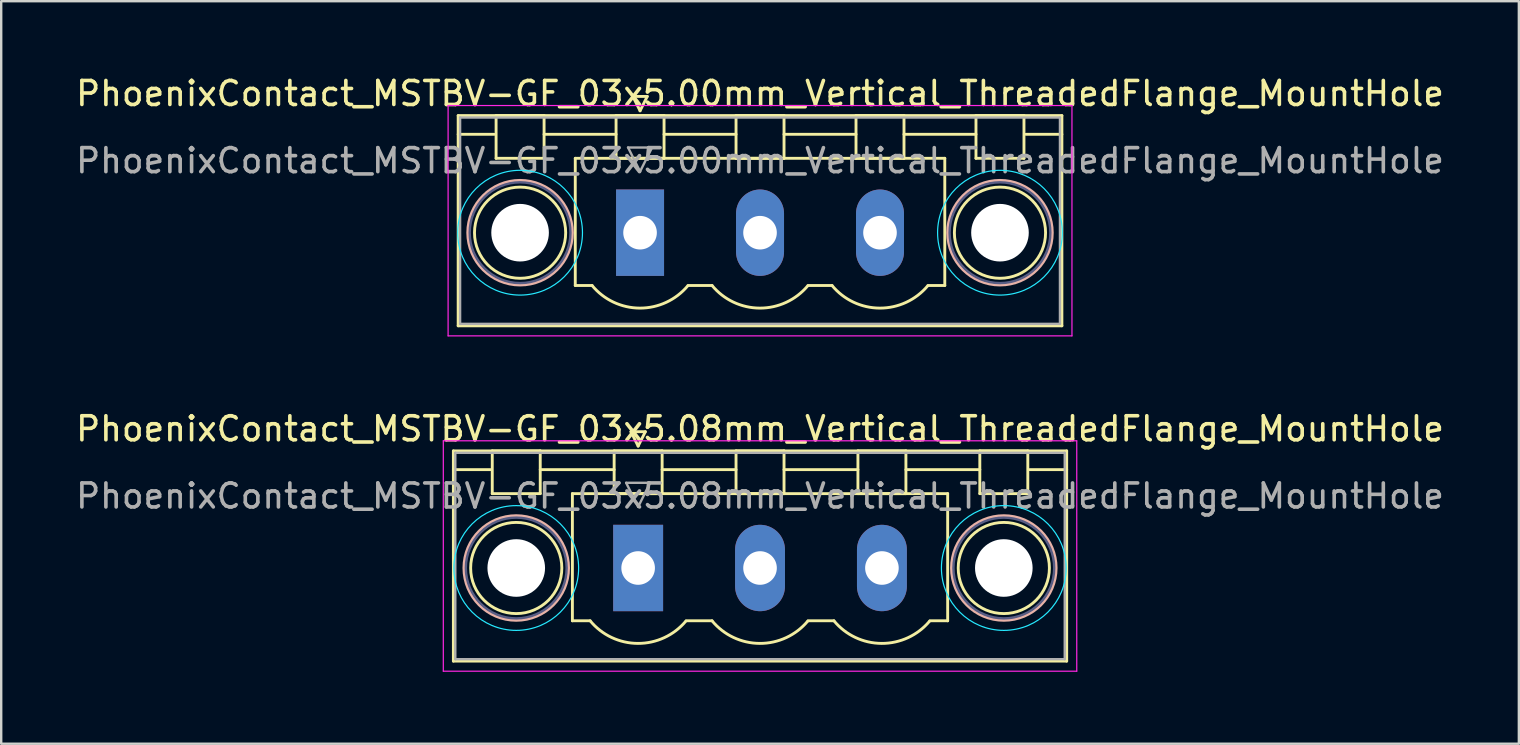
<source format=kicad_pcb>
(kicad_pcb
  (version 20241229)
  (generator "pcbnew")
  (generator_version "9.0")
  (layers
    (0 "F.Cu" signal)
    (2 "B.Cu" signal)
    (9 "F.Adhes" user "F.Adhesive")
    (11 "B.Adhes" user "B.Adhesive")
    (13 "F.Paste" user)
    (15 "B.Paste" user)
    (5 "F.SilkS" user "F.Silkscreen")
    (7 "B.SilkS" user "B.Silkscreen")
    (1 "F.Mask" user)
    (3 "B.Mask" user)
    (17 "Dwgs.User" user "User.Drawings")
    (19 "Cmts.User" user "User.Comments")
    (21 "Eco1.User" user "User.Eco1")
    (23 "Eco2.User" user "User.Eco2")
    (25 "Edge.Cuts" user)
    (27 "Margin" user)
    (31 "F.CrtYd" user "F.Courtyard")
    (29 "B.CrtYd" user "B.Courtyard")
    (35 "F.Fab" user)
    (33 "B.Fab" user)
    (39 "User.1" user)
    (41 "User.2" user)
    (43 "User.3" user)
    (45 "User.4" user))
  (footprint "PhoenixContact_MSTBV-GF_03x5.08mm_Vertical_ThreadedFlange_MountHole"
    (layer "F.Cu")
    (at 23.545 20.622)
    (property "Reference" "PhoenixContact_MSTBV-GF_03x5.08mm_Vertical_ThreadedFlange_MountHole" (at 5.08 -5.8 0) (layer "F.SilkS") (effects (font (size 1 1) (thickness 0.15))))
    (attr through_hole)
    (fp_line (start -7.7 -4.88) (end -7.7 3.88) (stroke (width 0.12) (type solid)) (layer "F.SilkS"))
    (fp_line (start -7.7 -4.1) (end -6.16 -4.1) (stroke (width 0.12) (type solid)) (layer "F.SilkS"))
    (fp_line (start -7.7 3.88) (end 17.86 3.88) (stroke (width 0.12) (type solid)) (layer "F.SilkS"))
    (fp_line (start -6.08 -4.88) (end -4.08 -4.88) (stroke (width 0.12) (type solid)) (layer "F.SilkS"))
    (fp_line (start -6.08 -3.1) (end -6.08 -4.88) (stroke (width 0.12) (type solid)) (layer "F.SilkS"))
    (fp_line (start -4.08 -4.88) (end -4.08 -3.1) (stroke (width 0.12) (type solid)) (layer "F.SilkS"))
    (fp_line (start -4.08 -4.1) (end -1 -4.1) (stroke (width 0.12) (type solid)) (layer "F.SilkS"))
    (fp_line (start -4.08 -3.1) (end -6.08 -3.1) (stroke (width 0.12) (type solid)) (layer "F.SilkS"))
    (fp_line (start -2.74 -3.1) (end 12.9 -3.1) (stroke (width 0.12) (type solid)) (layer "F.SilkS"))
    (fp_line (start -2.74 2.2) (end -2.74 -3.1) (stroke (width 0.12) (type solid)) (layer "F.SilkS"))
    (fp_line (start -2 2.2) (end -2.74 2.2) (stroke (width 0.12) (type solid)) (layer "F.SilkS"))
    (fp_line (start -1 -4.88) (end 1 -4.88) (stroke (width 0.12) (type solid)) (layer "F.SilkS"))
    (fp_line (start -1 -3.1) (end -1 -4.88) (stroke (width 0.12) (type solid)) (layer "F.SilkS"))
    (fp_line (start -0.3 -5.68) (end 0.3 -5.68) (stroke (width 0.12) (type solid)) (layer "F.SilkS"))
    (fp_line (start 0 -5.08) (end -0.3 -5.68) (stroke (width 0.12) (type solid)) (layer "F.SilkS"))
    (fp_line (start 0.3 -5.68) (end 0 -5.08) (stroke (width 0.12) (type solid)) (layer "F.SilkS"))
    (fp_line (start 1 -4.88) (end 1 -3.1) (stroke (width 0.12) (type solid)) (layer "F.SilkS"))
    (fp_line (start 1 -4.1) (end 4.08 -4.1) (stroke (width 0.12) (type solid)) (layer "F.SilkS"))
    (fp_line (start 1 -3.1) (end -1 -3.1) (stroke (width 0.12) (type solid)) (layer "F.SilkS"))
    (fp_line (start 2 2.2) (end 3.08 2.2) (stroke (width 0.12) (type solid)) (layer "F.SilkS"))
    (fp_line (start 4.08 -4.88) (end 6.08 -4.88) (stroke (width 0.12) (type solid)) (layer "F.SilkS"))
    (fp_line (start 4.08 -3.1) (end 4.08 -4.88) (stroke (width 0.12) (type solid)) (layer "F.SilkS"))
    (fp_line (start 6.08 -4.88) (end 6.08 -3.1) (stroke (width 0.12) (type solid)) (layer "F.SilkS"))
    (fp_line (start 6.08 -4.1) (end 9.16 -4.1) (stroke (width 0.12) (type solid)) (layer "F.SilkS"))
    (fp_line (start 6.08 -3.1) (end 4.08 -3.1) (stroke (width 0.12) (type solid)) (layer "F.SilkS"))
    (fp_line (start 7.08 2.2) (end 8.16 2.2) (stroke (width 0.12) (type solid)) (layer "F.SilkS"))
    (fp_line (start 9.16 -4.88) (end 11.16 -4.88) (stroke (width 0.12) (type solid)) (layer "F.SilkS"))
    (fp_line (start 9.16 -3.1) (end 9.16 -4.88) (stroke (width 0.12) (type solid)) (layer "F.SilkS"))
    (fp_line (start 11.16 -4.88) (end 11.16 -3.1) (stroke (width 0.12) (type solid)) (layer "F.SilkS"))
    (fp_line (start 11.16 -4.1) (end 14.24 -4.1) (stroke (width 0.12) (type solid)) (layer "F.SilkS"))
    (fp_line (start 11.16 -3.1) (end 9.16 -3.1) (stroke (width 0.12) (type solid)) (layer "F.SilkS"))
    (fp_line (start 12.9 -3.1) (end 12.9 2.2) (stroke (width 0.12) (type solid)) (layer "F.SilkS"))
    (fp_line (start 12.9 2.2) (end 12.16 2.2) (stroke (width 0.12) (type solid)) (layer "F.SilkS"))
    (fp_line (start 14.24 -4.88) (end 16.24 -4.88) (stroke (width 0.12) (type solid)) (layer "F.SilkS"))
    (fp_line (start 14.24 -3.1) (end 14.24 -4.88) (stroke (width 0.12) (type solid)) (layer "F.SilkS"))
    (fp_line (start 16.24 -4.88) (end 16.24 -3.1) (stroke (width 0.12) (type solid)) (layer "F.SilkS"))
    (fp_line (start 16.24 -3.1) (end 14.24 -3.1) (stroke (width 0.12) (type solid)) (layer "F.SilkS"))
    (fp_line (start 17.86 -4.88) (end -7.7 -4.88) (stroke (width 0.12) (type solid)) (layer "F.SilkS"))
    (fp_line (start 17.86 -4.1) (end 16.32 -4.1) (stroke (width 0.12) (type solid)) (layer "F.SilkS"))
    (fp_line (start 17.86 3.88) (end 17.86 -4.88) (stroke (width 0.12) (type solid)) (layer "F.SilkS"))
    (fp_arc (start 1.986842 2.215821) (mid -0.010289 3.142758) (end -2 2.2) (stroke (width 0.12) (type solid)) (layer "F.SilkS"))
    (fp_arc (start 7.066842 2.215821) (mid 5.069711 3.142758) (end 3.08 2.2) (stroke (width 0.12) (type solid)) (layer "F.SilkS"))
    (fp_arc (start 12.146842 2.215821) (mid 10.149711 3.142758) (end 8.16 2.2) (stroke (width 0.12) (type solid)) (layer "F.SilkS"))
    (fp_circle (center -5.08 0) (end -3.18 0) (stroke (width 0.12) (type solid)) (fill no) (layer "F.SilkS"))
    (fp_circle (center 15.24 0) (end 17.14 0) (stroke (width 0.12) (type solid)) (fill no) (layer "F.SilkS"))
    (fp_circle (center -5.08 0) (end -2.9 0) (stroke (width 0.12) (type solid)) (fill no) (layer "B.SilkS"))
    (fp_circle (center 15.24 0) (end 17.42 0) (stroke (width 0.12) (type solid)) (fill no) (layer "B.SilkS"))
    (fp_circle (center -5.08 0) (end -2.48 0) (stroke (width 0.05) (type solid)) (fill no) (layer "B.CrtYd"))
    (fp_circle (center 15.24 0) (end 17.84 0) (stroke (width 0.05) (type solid)) (fill no) (layer "B.CrtYd"))
    (fp_line (start -8.12 -5.3) (end -8.12 4.3) (stroke (width 0.05) (type solid)) (layer "F.CrtYd"))
    (fp_line (start -8.12 4.3) (end 18.28 4.3) (stroke (width 0.05) (type solid)) (layer "F.CrtYd"))
    (fp_line (start 18.28 -5.3) (end -8.12 -5.3) (stroke (width 0.05) (type solid)) (layer "F.CrtYd"))
    (fp_line (start 18.28 4.3) (end 18.28 -5.3) (stroke (width 0.05) (type solid)) (layer "F.CrtYd"))
    (fp_circle (center -5.08 0) (end -2.98 0) (stroke (width 0.1) (type solid)) (fill no) (layer "B.Fab"))
    (fp_circle (center 15.24 0) (end 17.34 0) (stroke (width 0.1) (type solid)) (fill no) (layer "B.Fab"))
    (fp_line (start -7.62 -4.8) (end -7.62 3.8) (stroke (width 0.1) (type solid)) (layer "F.Fab"))
    (fp_line (start -7.62 3.8) (end 17.78 3.8) (stroke (width 0.1) (type solid)) (layer "F.Fab"))
    (fp_line (start -0.5 -3.55) (end 0.5 -3.55) (stroke (width 0.1) (type solid)) (layer "F.Fab"))
    (fp_line (start 0 -2.55) (end -0.5 -3.55) (stroke (width 0.1) (type solid)) (layer "F.Fab"))
    (fp_line (start 0.5 -3.55) (end 0 -2.55) (stroke (width 0.1) (type solid)) (layer "F.Fab"))
    (fp_line (start 17.78 -4.8) (end -7.62 -4.8) (stroke (width 0.1) (type solid)) (layer "F.Fab"))
    (fp_line (start 17.78 3.8) (end 17.78 -4.8) (stroke (width 0.1) (type solid)) (layer "F.Fab"))
    (fp_text user "${REFERENCE}" (at 5.08 -3 0) (layer "F.Fab") (effects (font (size 1 1) (thickness 0.15))))
    (pad "" np_thru_hole circle (at -5.08 0) (size 2.4 2.4) (drill 2.4) (layers "*.Cu" "*.Mask"))
    (pad "" np_thru_hole circle (at 15.24 0) (size 2.4 2.4) (drill 2.4) (layers "*.Cu" "*.Mask"))
    (pad "1" thru_hole rect (at 0 0) (size 2.08 3.6) (drill 1.4) (layers "*.Cu" "*.Mask"))
    (pad "2" thru_hole oval (at 5.08 0) (size 2.08 3.6) (drill 1.4) (layers "*.Cu" "*.Mask"))
    (pad "3" thru_hole oval (at 10.16 0) (size 2.08 3.6) (drill 1.4) (layers "*.Cu" "*.Mask")))
  (footprint "PhoenixContact_MSTBV-GF_03x5.00mm_Vertical_ThreadedFlange_MountHole"
    (layer "F.Cu")
    (at 23.625 6.648)
    (property "Reference" "PhoenixContact_MSTBV-GF_03x5.00mm_Vertical_ThreadedFlange_MountHole" (at 5 -5.8 0) (layer "F.SilkS") (effects (font (size 1 1) (thickness 0.15))))
    (attr through_hole)
    (fp_line (start -7.58 -4.88) (end -7.58 3.88) (stroke (width 0.12) (type solid)) (layer "F.SilkS"))
    (fp_line (start -7.58 -4.1) (end -6.08 -4.1) (stroke (width 0.12) (type solid)) (layer "F.SilkS"))
    (fp_line (start -7.58 3.88) (end 17.58 3.88) (stroke (width 0.12) (type solid)) (layer "F.SilkS"))
    (fp_line (start -6 -4.88) (end -4 -4.88) (stroke (width 0.12) (type solid)) (layer "F.SilkS"))
    (fp_line (start -6 -3.1) (end -6 -4.88) (stroke (width 0.12) (type solid)) (layer "F.SilkS"))
    (fp_line (start -4 -4.88) (end -4 -3.1) (stroke (width 0.12) (type solid)) (layer "F.SilkS"))
    (fp_line (start -4 -4.1) (end -1 -4.1) (stroke (width 0.12) (type solid)) (layer "F.SilkS"))
    (fp_line (start -4 -3.1) (end -6 -3.1) (stroke (width 0.12) (type solid)) (layer "F.SilkS"))
    (fp_line (start -2.7 -3.1) (end 12.7 -3.1) (stroke (width 0.12) (type solid)) (layer "F.SilkS"))
    (fp_line (start -2.7 2.2) (end -2.7 -3.1) (stroke (width 0.12) (type solid)) (layer "F.SilkS"))
    (fp_line (start -2 2.2) (end -2.7 2.2) (stroke (width 0.12) (type solid)) (layer "F.SilkS"))
    (fp_line (start -1 -4.88) (end 1 -4.88) (stroke (width 0.12) (type solid)) (layer "F.SilkS"))
    (fp_line (start -1 -3.1) (end -1 -4.88) (stroke (width 0.12) (type solid)) (layer "F.SilkS"))
    (fp_line (start -0.3 -5.68) (end 0.3 -5.68) (stroke (width 0.12) (type solid)) (layer "F.SilkS"))
    (fp_line (start 0 -5.08) (end -0.3 -5.68) (stroke (width 0.12) (type solid)) (layer "F.SilkS"))
    (fp_line (start 0.3 -5.68) (end 0 -5.08) (stroke (width 0.12) (type solid)) (layer "F.SilkS"))
    (fp_line (start 1 -4.88) (end 1 -3.1) (stroke (width 0.12) (type solid)) (layer "F.SilkS"))
    (fp_line (start 1 -4.1) (end 4 -4.1) (stroke (width 0.12) (type solid)) (layer "F.SilkS"))
    (fp_line (start 1 -3.1) (end -1 -3.1) (stroke (width 0.12) (type solid)) (layer "F.SilkS"))
    (fp_line (start 2 2.2) (end 3 2.2) (stroke (width 0.12) (type solid)) (layer "F.SilkS"))
    (fp_line (start 4 -4.88) (end 6 -4.88) (stroke (width 0.12) (type solid)) (layer "F.SilkS"))
    (fp_line (start 4 -3.1) (end 4 -4.88) (stroke (width 0.12) (type solid)) (layer "F.SilkS"))
    (fp_line (start 6 -4.88) (end 6 -3.1) (stroke (width 0.12) (type solid)) (layer "F.SilkS"))
    (fp_line (start 6 -4.1) (end 9 -4.1) (stroke (width 0.12) (type solid)) (layer "F.SilkS"))
    (fp_line (start 6 -3.1) (end 4 -3.1) (stroke (width 0.12) (type solid)) (layer "F.SilkS"))
    (fp_line (start 7 2.2) (end 8 2.2) (stroke (width 0.12) (type solid)) (layer "F.SilkS"))
    (fp_line (start 9 -4.88) (end 11 -4.88) (stroke (width 0.12) (type solid)) (layer "F.SilkS"))
    (fp_line (start 9 -3.1) (end 9 -4.88) (stroke (width 0.12) (type solid)) (layer "F.SilkS"))
    (fp_line (start 11 -4.88) (end 11 -3.1) (stroke (width 0.12) (type solid)) (layer "F.SilkS"))
    (fp_line (start 11 -4.1) (end 14 -4.1) (stroke (width 0.12) (type solid)) (layer "F.SilkS"))
    (fp_line (start 11 -3.1) (end 9 -3.1) (stroke (width 0.12) (type solid)) (layer "F.SilkS"))
    (fp_line (start 12.7 -3.1) (end 12.7 2.2) (stroke (width 0.12) (type solid)) (layer "F.SilkS"))
    (fp_line (start 12.7 2.2) (end 12 2.2) (stroke (width 0.12) (type solid)) (layer "F.SilkS"))
    (fp_line (start 14 -4.88) (end 16 -4.88) (stroke (width 0.12) (type solid)) (layer "F.SilkS"))
    (fp_line (start 14 -3.1) (end 14 -4.88) (stroke (width 0.12) (type solid)) (layer "F.SilkS"))
    (fp_line (start 16 -4.88) (end 16 -3.1) (stroke (width 0.12) (type solid)) (layer "F.SilkS"))
    (fp_line (start 16 -3.1) (end 14 -3.1) (stroke (width 0.12) (type solid)) (layer "F.SilkS"))
    (fp_line (start 17.58 -4.88) (end -7.58 -4.88) (stroke (width 0.12) (type solid)) (layer "F.SilkS"))
    (fp_line (start 17.58 -4.1) (end 16.08 -4.1) (stroke (width 0.12) (type solid)) (layer "F.SilkS"))
    (fp_line (start 17.58 3.88) (end 17.58 -4.88) (stroke (width 0.12) (type solid)) (layer "F.SilkS"))
    (fp_arc (start 1.986842 2.215821) (mid -0.010289 3.142758) (end -2 2.2) (stroke (width 0.12) (type solid)) (layer "F.SilkS"))
    (fp_arc (start 6.986842 2.215821) (mid 4.989711 3.142758) (end 3 2.2) (stroke (width 0.12) (type solid)) (layer "F.SilkS"))
    (fp_arc (start 11.986842 2.215821) (mid 9.989711 3.142758) (end 8 2.2) (stroke (width 0.12) (type solid)) (layer "F.SilkS"))
    (fp_circle (center -5 0) (end -3.1 0) (stroke (width 0.12) (type solid)) (fill no) (layer "F.SilkS"))
    (fp_circle (center 15 0) (end 16.9 0) (stroke (width 0.12) (type solid)) (fill no) (layer "F.SilkS"))
    (fp_circle (center -5 0) (end -2.82 0) (stroke (width 0.12) (type solid)) (fill no) (layer "B.SilkS"))
    (fp_circle (center 15 0) (end 17.18 0) (stroke (width 0.12) (type solid)) (fill no) (layer "B.SilkS"))
    (fp_circle (center -5 0) (end -2.4 0) (stroke (width 0.05) (type solid)) (fill no) (layer "B.CrtYd"))
    (fp_circle (center 15 0) (end 17.6 0) (stroke (width 0.05) (type solid)) (fill no) (layer "B.CrtYd"))
    (fp_line (start -8 -5.3) (end -8 4.3) (stroke (width 0.05) (type solid)) (layer "F.CrtYd"))
    (fp_line (start -8 4.3) (end 18 4.3) (stroke (width 0.05) (type solid)) (layer "F.CrtYd"))
    (fp_line (start 18 -5.3) (end -8 -5.3) (stroke (width 0.05) (type solid)) (layer "F.CrtYd"))
    (fp_line (start 18 4.3) (end 18 -5.3) (stroke (width 0.05) (type solid)) (layer "F.CrtYd"))
    (fp_circle (center -5 0) (end -2.9 0) (stroke (width 0.1) (type solid)) (fill no) (layer "B.Fab"))
    (fp_circle (center 15 0) (end 17.1 0) (stroke (width 0.1) (type solid)) (fill no) (layer "B.Fab"))
    (fp_line (start -7.5 -4.8) (end -7.5 3.8) (stroke (width 0.1) (type solid)) (layer "F.Fab"))
    (fp_line (start -7.5 3.8) (end 17.5 3.8) (stroke (width 0.1) (type solid)) (layer "F.Fab"))
    (fp_line (start -0.5 -3.55) (end 0.5 -3.55) (stroke (width 0.1) (type solid)) (layer "F.Fab"))
    (fp_line (start 0 -2.55) (end -0.5 -3.55) (stroke (width 0.1) (type solid)) (layer "F.Fab"))
    (fp_line (start 0.5 -3.55) (end 0 -2.55) (stroke (width 0.1) (type solid)) (layer "F.Fab"))
    (fp_line (start 17.5 -4.8) (end -7.5 -4.8) (stroke (width 0.1) (type solid)) (layer "F.Fab"))
    (fp_line (start 17.5 3.8) (end 17.5 -4.8) (stroke (width 0.1) (type solid)) (layer "F.Fab"))
    (fp_text user "${REFERENCE}" (at 5 -3 0) (layer "F.Fab") (effects (font (size 1 1) (thickness 0.15))))
    (pad "" np_thru_hole circle (at -5 0) (size 2.4 2.4) (drill 2.4) (layers "*.Cu" "*.Mask"))
    (pad "" np_thru_hole circle (at 15 0) (size 2.4 2.4) (drill 2.4) (layers "*.Cu" "*.Mask"))
    (pad "1" thru_hole rect (at 0 0) (size 2 3.6) (drill 1.4) (layers "*.Cu" "*.Mask"))
    (pad "2" thru_hole oval (at 5 0) (size 2 3.6) (drill 1.4) (layers "*.Cu" "*.Mask"))
    (pad "3" thru_hole oval (at 10 0) (size 2 3.6) (drill 1.4) (layers "*.Cu" "*.Mask")))
  (gr_rect
    (start -3 -3)
    (end 60.25 27.947)
    (stroke (width 0.1) (type default))
    (fill no)
    (layer "Edge.Cuts")))
</source>
